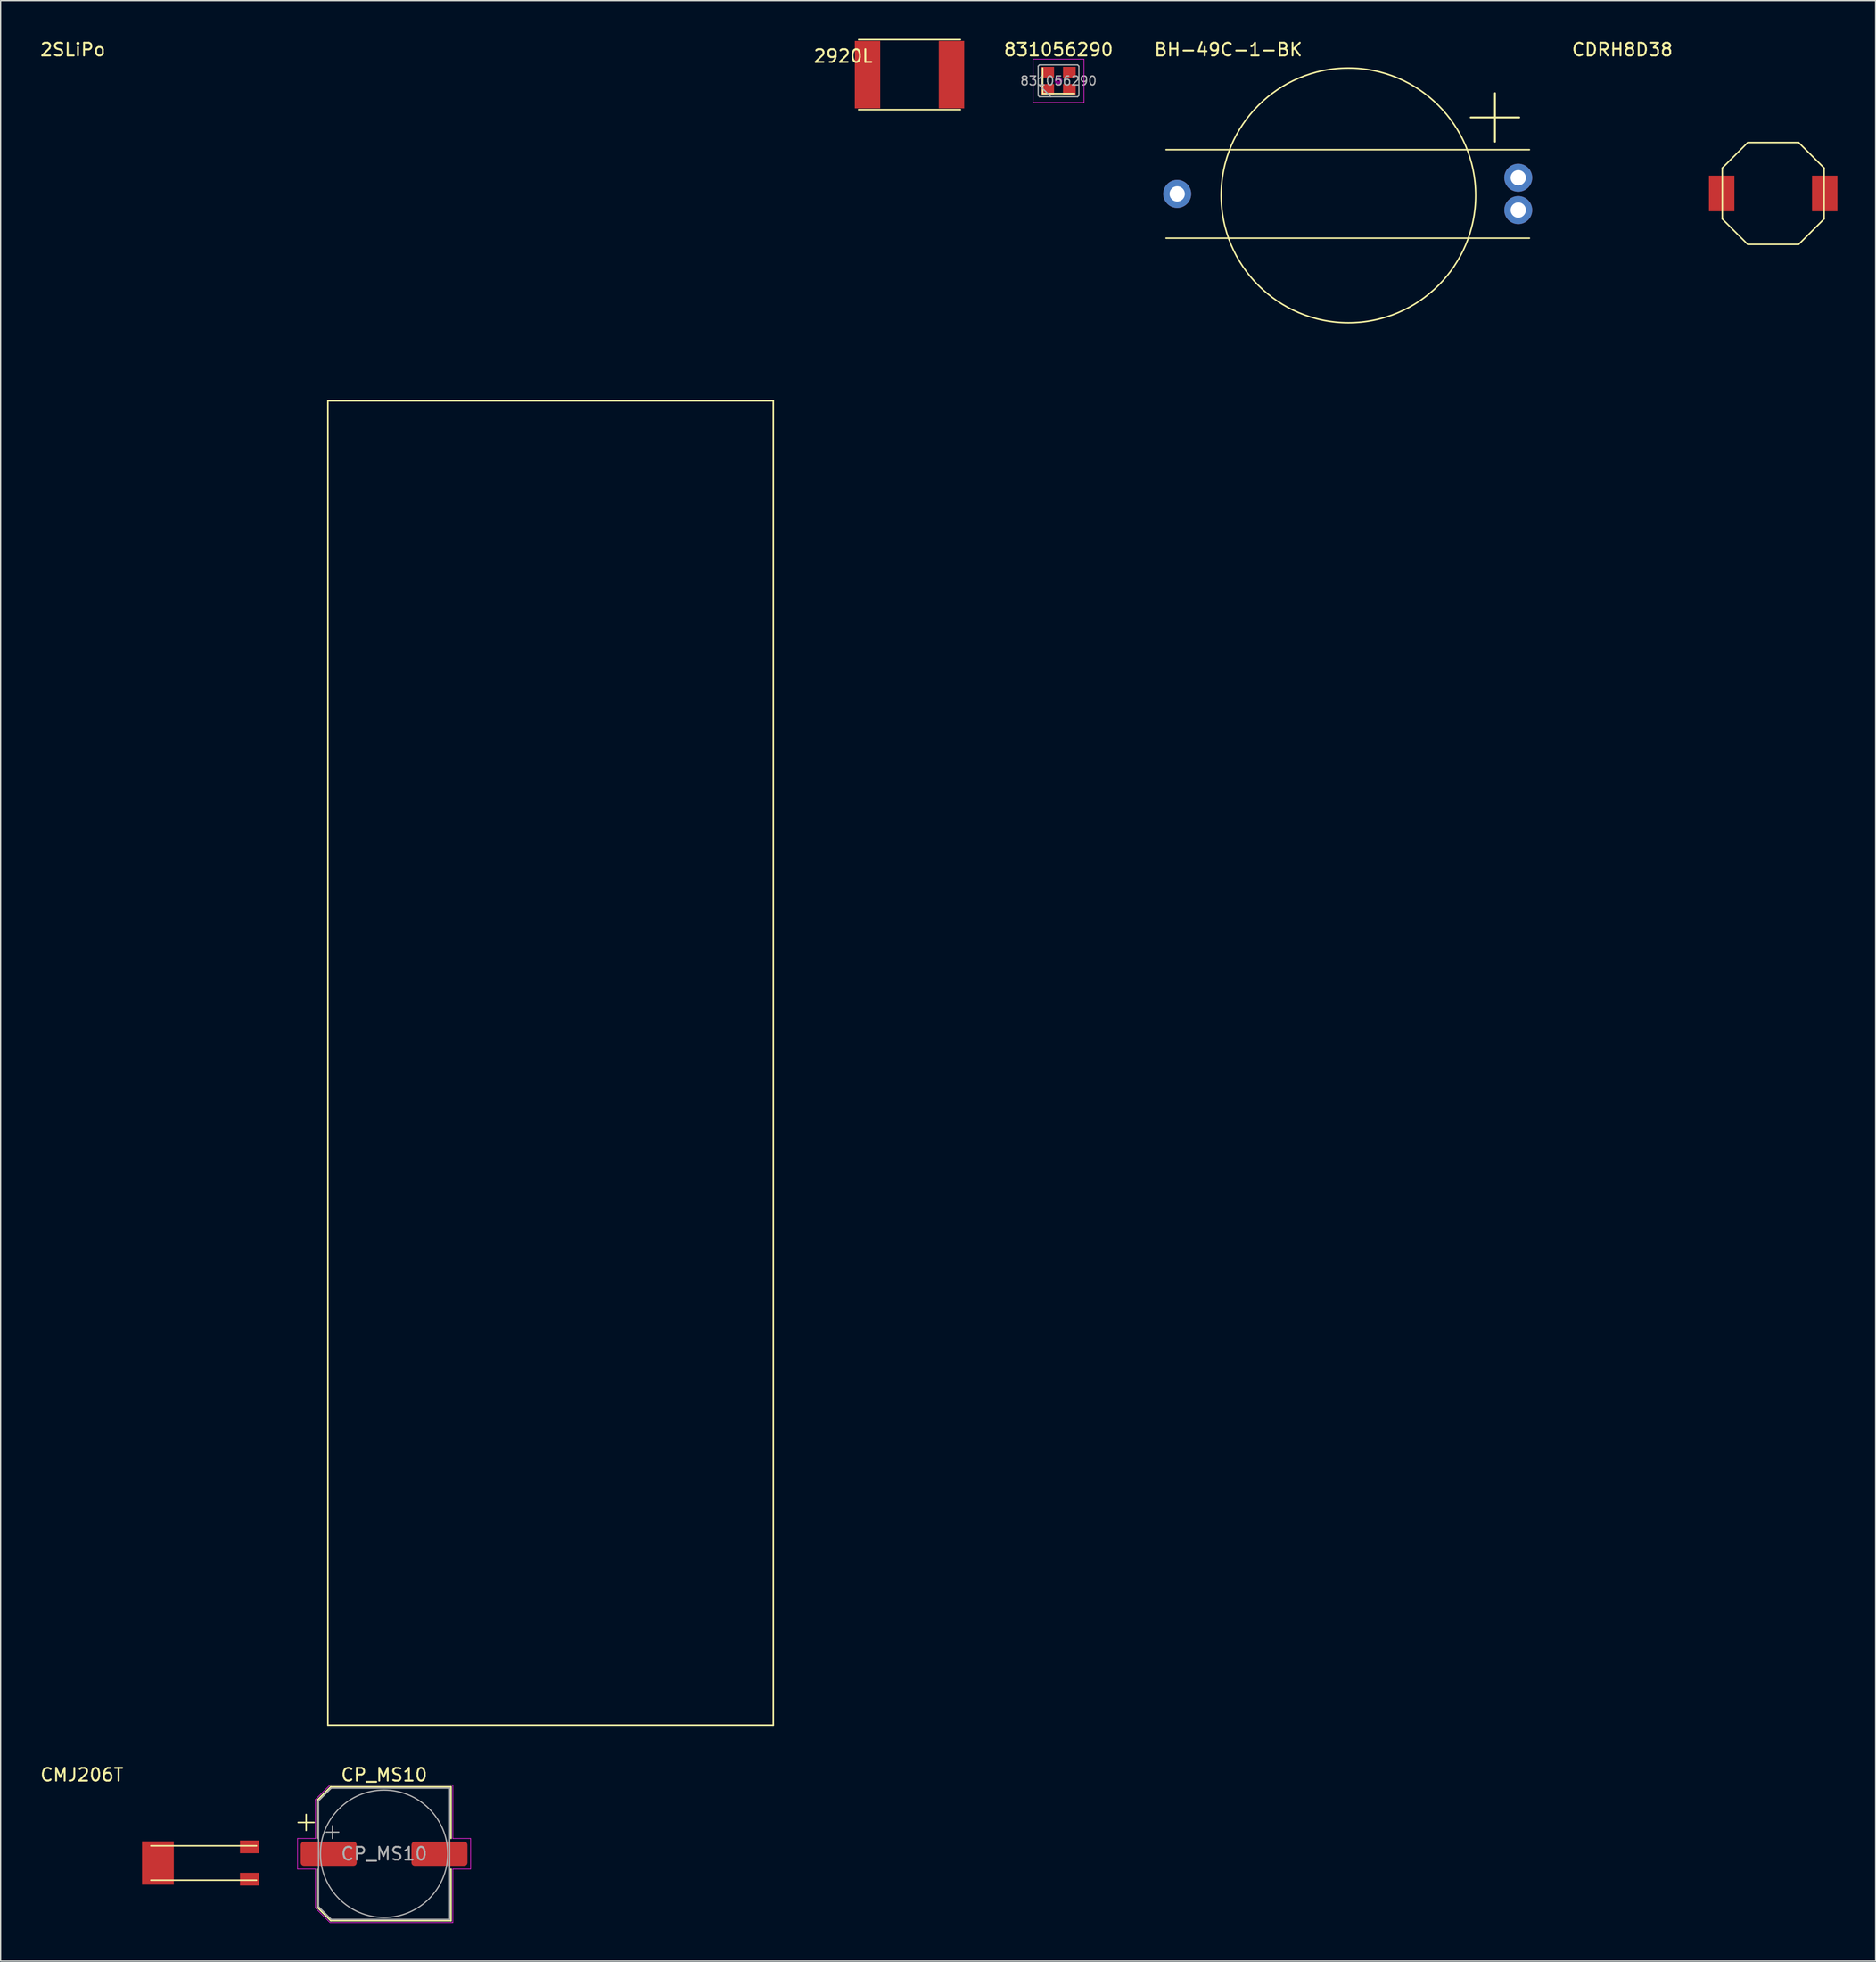
<source format=kicad_pcb>
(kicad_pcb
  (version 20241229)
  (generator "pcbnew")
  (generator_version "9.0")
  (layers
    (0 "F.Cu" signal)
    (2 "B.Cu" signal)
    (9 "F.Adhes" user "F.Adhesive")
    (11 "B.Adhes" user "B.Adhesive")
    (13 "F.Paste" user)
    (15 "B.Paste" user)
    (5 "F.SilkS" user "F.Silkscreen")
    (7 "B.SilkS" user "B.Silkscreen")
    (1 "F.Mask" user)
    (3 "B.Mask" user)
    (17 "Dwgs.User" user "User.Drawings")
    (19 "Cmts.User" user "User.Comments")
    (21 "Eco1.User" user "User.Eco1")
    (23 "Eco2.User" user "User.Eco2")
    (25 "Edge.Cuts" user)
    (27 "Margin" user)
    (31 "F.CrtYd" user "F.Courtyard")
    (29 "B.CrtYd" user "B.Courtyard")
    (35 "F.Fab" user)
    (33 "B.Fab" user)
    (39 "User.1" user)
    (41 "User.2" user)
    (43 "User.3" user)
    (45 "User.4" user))
  (footprint "CDRH8D38"
    (layer "F.Cu")
    (at 136.293 12.144)
    (property "Reference" "CDRH8D38" (at -11.857 -11.295 0) (layer "F.SilkS") (effects (font (size 1 1) (thickness 0.15))))
    (attr through_hole)
    (fp_line (start -4 -2) (end -2 -4) (stroke (width 0.12) (type solid)) (layer "F.SilkS"))
    (fp_line (start -4 2) (end -4 -2) (stroke (width 0.12) (type solid)) (layer "F.SilkS"))
    (fp_line (start -4 2) (end -2 4) (stroke (width 0.12) (type solid)) (layer "F.SilkS"))
    (fp_line (start -2 -4) (end 2 -4) (stroke (width 0.12) (type solid)) (layer "F.SilkS"))
    (fp_line (start 2 -4) (end 4 -2) (stroke (width 0.12) (type solid)) (layer "F.SilkS"))
    (fp_line (start 2 4) (end -2 4) (stroke (width 0.12) (type solid)) (layer "F.SilkS"))
    (fp_line (start 4 -2) (end 4 2) (stroke (width 0.12) (type solid)) (layer "F.SilkS"))
    (fp_line (start 4 2) (end 2 4) (stroke (width 0.12) (type solid)) (layer "F.SilkS"))
    (pad "1" smd rect (at -4.05 0) (size 2 2.8) (layers "F.Cu" "F.Mask" "F.Paste"))
    (pad "2" smd rect (at 4.05 0) (size 2 2.8) (layers "F.Cu" "F.Mask" "F.Paste")))
  (footprint "BH-49C-1-BK"
    (layer "F.Cu")
    (at 102.859 12.179)
    (property "Reference" "BH-49C-1-BK" (at -9.383 -11.331 0) (layer "F.SilkS") (effects (font (size 1 1) (thickness 0.15))))
    (attr through_hole)
    (fp_line (start -14.275 -3.475) (end 14.275 -3.475) (stroke (width 0.12) (type solid)) (layer "F.SilkS"))
    (fp_line (start -14.275 3.475) (end 14.275 3.475) (stroke (width 0.12) (type solid)) (layer "F.SilkS"))
    (fp_circle (center 0.053 0.117) (end 10.053 0.117) (stroke (width 0.12) (type solid)) (fill no) (layer "F.SilkS"))
    (fp_text user "+" (at 11.57 -6.406 0) (layer "F.SilkS") (effects (font (size 5 5) (thickness 0.15))))
    (pad "1" thru_hole circle (at 13.4 -1.27) (size 2.2 2.2) (drill 1.2) (layers "*.Cu" "*.Mask"))
    (pad "1" thru_hole circle (at 13.4 1.27) (size 2.2 2.2) (drill 1.2) (layers "*.Cu" "*.Mask"))
    (pad "2" thru_hole circle (at -13.4 0) (size 2.2 2.2) (drill 1.2) (layers "*.Cu" "*.Mask")))
  (footprint "CP_MS10"
    (layer "F.Cu")
    (at 27.133 142.538)
    (property "Reference" "CP_MS10" (at 0 -6.2 0) (layer "F.SilkS") (effects (font (size 1 1) (thickness 0.15))))
    (attr smd)
    (fp_line (start -6.75 -2.46) (end -5.5 -2.46) (stroke (width 0.12) (type solid)) (layer "F.SilkS"))
    (fp_line (start -6.125 -3.085) (end -6.125 -1.835) (stroke (width 0.12) (type solid)) (layer "F.SilkS"))
    (fp_line (start -5.26 -4.196) (end -5.26 -1.21) (stroke (width 0.12) (type solid)) (layer "F.SilkS"))
    (fp_line (start -5.26 -4.196) (end -4.196 -5.26) (stroke (width 0.12) (type solid)) (layer "F.SilkS"))
    (fp_line (start -5.26 4.196) (end -5.26 1.21) (stroke (width 0.12) (type solid)) (layer "F.SilkS"))
    (fp_line (start -5.26 4.196) (end -4.196 5.26) (stroke (width 0.12) (type solid)) (layer "F.SilkS"))
    (fp_line (start -4.196 -5.26) (end 5.26 -5.26) (stroke (width 0.12) (type solid)) (layer "F.SilkS"))
    (fp_line (start -4.196 5.26) (end 5.26 5.26) (stroke (width 0.12) (type solid)) (layer "F.SilkS"))
    (fp_line (start 5.26 -5.26) (end 5.26 -1.21) (stroke (width 0.12) (type solid)) (layer "F.SilkS"))
    (fp_line (start 5.26 5.26) (end 5.26 1.21) (stroke (width 0.12) (type solid)) (layer "F.SilkS"))
    (fp_line (start -6.8 -1.2) (end -6.8 1.2) (stroke (width 0.05) (type solid)) (layer "F.CrtYd"))
    (fp_line (start -6.8 1.2) (end -5.4 1.2) (stroke (width 0.05) (type solid)) (layer "F.CrtYd"))
    (fp_line (start -5.4 -4.25) (end -5.4 -1.2) (stroke (width 0.05) (type solid)) (layer "F.CrtYd"))
    (fp_line (start -5.4 -4.25) (end -4.25 -5.4) (stroke (width 0.05) (type solid)) (layer "F.CrtYd"))
    (fp_line (start -5.4 -1.2) (end -6.8 -1.2) (stroke (width 0.05) (type solid)) (layer "F.CrtYd"))
    (fp_line (start -5.4 1.2) (end -5.4 4.25) (stroke (width 0.05) (type solid)) (layer "F.CrtYd"))
    (fp_line (start -5.4 4.25) (end -4.25 5.4) (stroke (width 0.05) (type solid)) (layer "F.CrtYd"))
    (fp_line (start -4.25 -5.4) (end 5.4 -5.4) (stroke (width 0.05) (type solid)) (layer "F.CrtYd"))
    (fp_line (start -4.25 5.4) (end 5.4 5.4) (stroke (width 0.05) (type solid)) (layer "F.CrtYd"))
    (fp_line (start 5.4 -5.4) (end 5.4 -1.2) (stroke (width 0.05) (type solid)) (layer "F.CrtYd"))
    (fp_line (start 5.4 -1.2) (end 6.8 -1.2) (stroke (width 0.05) (type solid)) (layer "F.CrtYd"))
    (fp_line (start 5.4 1.2) (end 5.4 5.4) (stroke (width 0.05) (type solid)) (layer "F.CrtYd"))
    (fp_line (start 6.8 -1.2) (end 6.8 1.2) (stroke (width 0.05) (type solid)) (layer "F.CrtYd"))
    (fp_line (start 6.8 1.2) (end 5.4 1.2) (stroke (width 0.05) (type solid)) (layer "F.CrtYd"))
    (fp_line (start -5.15 -4.15) (end -5.15 4.15) (stroke (width 0.1) (type solid)) (layer "F.Fab"))
    (fp_line (start -5.15 -4.15) (end -4.15 -5.15) (stroke (width 0.1) (type solid)) (layer "F.Fab"))
    (fp_line (start -5.15 4.15) (end -4.15 5.15) (stroke (width 0.1) (type solid)) (layer "F.Fab"))
    (fp_line (start -4.558 -1.7) (end -3.558 -1.7) (stroke (width 0.1) (type solid)) (layer "F.Fab"))
    (fp_line (start -4.15 -5.15) (end 5.15 -5.15) (stroke (width 0.1) (type solid)) (layer "F.Fab"))
    (fp_line (start -4.15 5.15) (end 5.15 5.15) (stroke (width 0.1) (type solid)) (layer "F.Fab"))
    (fp_line (start -4.058 -2.2) (end -4.058 -1.2) (stroke (width 0.1) (type solid)) (layer "F.Fab"))
    (fp_line (start 5.15 -5.15) (end 5.15 5.15) (stroke (width 0.1) (type solid)) (layer "F.Fab"))
    (fp_circle (center 0 0) (end 5 0) (stroke (width 0.1) (type solid)) (fill no) (layer "F.Fab"))
    (fp_text user "${REFERENCE}" (at 0 0 0) (layer "F.Fab") (effects (font (size 1 1) (thickness 0.15))))
    (pad "1" smd roundrect (at -4.35 0) (size 4.4 1.9) (layers "F.Cu" "F.Mask" "F.Paste") (roundrect_rratio 0.132))
    (pad "2" smd roundrect (at 4.35 0) (size 4.4 1.9) (layers "F.Cu" "F.Mask" "F.Paste") (roundrect_rratio 0.132)))
  (footprint "2920L"
    (layer "F.Cu")
    (at 68.42 2.81)
    (property "Reference" "2920L" (at -5.21 -1.453 0) (layer "F.SilkS") (effects (font (size 1 1) (thickness 0.15))))
    (attr through_hole)
    (fp_line (start -4 -2.75) (end 4 -2.75) (stroke (width 0.12) (type solid)) (layer "F.SilkS"))
    (fp_line (start -4 2.75) (end 4 2.75) (stroke (width 0.12) (type solid)) (layer "F.SilkS"))
    (pad "1" smd rect (at -3.3 0) (size 2 5.3) (layers "F.Cu" "F.Mask" "F.Paste"))
    (pad "2" smd rect (at 3.3 0) (size 2 5.3) (layers "F.Cu" "F.Mask" "F.Paste")))
  (footprint "2SLiPo"
    (layer "F.Cu")
    (at 22.716 28.43)
    (property "Reference" "2SLiPo" (at -20.043 -27.582 0) (layer "F.SilkS") (effects (font (size 1 1) (thickness 0.15))))
    (attr through_hole)
    (fp_line (start 0 0) (end 0 104) (stroke (width 0.12) (type solid)) (layer "F.SilkS"))
    (fp_line (start 0 0) (end 35 0) (stroke (width 0.12) (type solid)) (layer "F.SilkS"))
    (fp_line (start 0 104) (end 35 104) (stroke (width 0.12) (type solid)) (layer "F.SilkS"))
    (fp_line (start 35 0) (end 35 104) (stroke (width 0.12) (type solid)) (layer "F.SilkS")))
  (footprint "CMJ206T"
    (layer "F.Cu")
    (at 12.958 143.265)
    (property "Reference" "CMJ206T" (at -9.571 -6.927 0) (layer "F.SilkS") (effects (font (size 1 1) (thickness 0.15))))
    (attr through_hole)
    (fp_line (start -4.15 -1.35) (end 4.15 -1.35) (stroke (width 0.12) (type solid)) (layer "F.SilkS"))
    (fp_line (start -4.15 1.35) (end 4.15 1.35) (stroke (width 0.12) (type solid)) (layer "F.SilkS"))
    (pad "1" smd rect (at 3.6 -1.27) (size 1.5 1) (layers "F.Cu" "F.Mask" "F.Paste"))
    (pad "2" smd rect (at 3.6 1.27) (size 1.5 1) (layers "F.Cu" "F.Mask" "F.Paste"))
    (pad "3" smd rect (at -3.6 0) (size 2.5 3.4) (layers "F.Cu" "F.Mask" "F.Paste")))
  (footprint "831056290"
    (layer "F.Cu")
    (at 80.131 3.298)
    (property "Reference" "831056290" (at 0 -2.45 0) (layer "F.SilkS") (effects (font (size 1 1) (thickness 0.15))))
    (attr smd)
    (fp_line (start -1.25 -1) (end -1.25 1) (stroke (width 0.12) (type solid)) (layer "F.SilkS"))
    (fp_line (start -1.25 1) (end 1.25 1) (stroke (width 0.12) (type solid)) (layer "F.SilkS"))
    (fp_circle (center 0 0) (end 0.058 0) (stroke (width 0.117) (type solid)) (fill no) (layer "F.Adhes"))
    (fp_circle (center 0 0) (end 0.133 0) (stroke (width 0.083) (type solid)) (fill no) (layer "F.Adhes"))
    (fp_circle (center 0 0) (end 0.208 0) (stroke (width 0.083) (type solid)) (fill no) (layer "F.Adhes"))
    (fp_circle (center 0 0) (end 0.25 0) (stroke (width 0.1) (type solid)) (fill no) (layer "F.Adhes"))
    (fp_line (start -2 -1.7) (end -2 1.7) (stroke (width 0.05) (type solid)) (layer "F.CrtYd"))
    (fp_line (start -2 1.7) (end 2 1.7) (stroke (width 0.05) (type solid)) (layer "F.CrtYd"))
    (fp_line (start 2 -1.7) (end -2 -1.7) (stroke (width 0.05) (type solid)) (layer "F.CrtYd"))
    (fp_line (start 2 1.7) (end 2 -1.7) (stroke (width 0.05) (type solid)) (layer "F.CrtYd"))
    (fp_line (start -1.6 -1.15) (end -1.5 -1.25) (stroke (width 0.1) (type solid)) (layer "F.Fab"))
    (fp_line (start -1.6 0.25) (end -0.6 1.25) (stroke (width 0.1) (type solid)) (layer "F.Fab"))
    (fp_line (start -1.6 1.15) (end -1.6 -1.15) (stroke (width 0.1) (type solid)) (layer "F.Fab"))
    (fp_line (start -1.5 -1.25) (end 1.5 -1.25) (stroke (width 0.1) (type solid)) (layer "F.Fab"))
    (fp_line (start -1.5 1.25) (end -1.6 1.15) (stroke (width 0.1) (type solid)) (layer "F.Fab"))
    (fp_line (start 1.5 -1.25) (end 1.6 -1.15) (stroke (width 0.1) (type solid)) (layer "F.Fab"))
    (fp_line (start 1.5 1.25) (end -1.5 1.25) (stroke (width 0.1) (type solid)) (layer "F.Fab"))
    (fp_line (start 1.6 -1.15) (end 1.6 1.15) (stroke (width 0.1) (type solid)) (layer "F.Fab"))
    (fp_line (start 1.6 1.15) (end 1.5 1.25) (stroke (width 0.1) (type solid)) (layer "F.Fab"))
    (fp_text user "${REFERENCE}" (at 0 0 0) (layer "F.Fab") (effects (font (size 0.7 0.7) (thickness 0.105))))
    (pad "1" smd rect (at -0.85 0.675) (size 1 0.85) (layers "F.Cu" "F.Mask" "F.Paste"))
    (pad "2" smd rect (at 0.85 0.675) (size 1 0.85) (layers "F.Cu" "F.Mask" "F.Paste"))
    (pad "3" smd rect (at 0.85 -0.675) (size 1 0.85) (layers "F.Cu" "F.Mask" "F.Paste"))
    (pad "4" smd rect (at -0.85 -0.675) (size 1 0.85) (layers "F.Cu" "F.Mask" "F.Paste")))
  (gr_rect
    (start -3 -3)
    (end 144.343 150.963)
    (stroke (width 0.1) (type default))
    (fill no)
    (layer "Edge.Cuts")))
</source>
